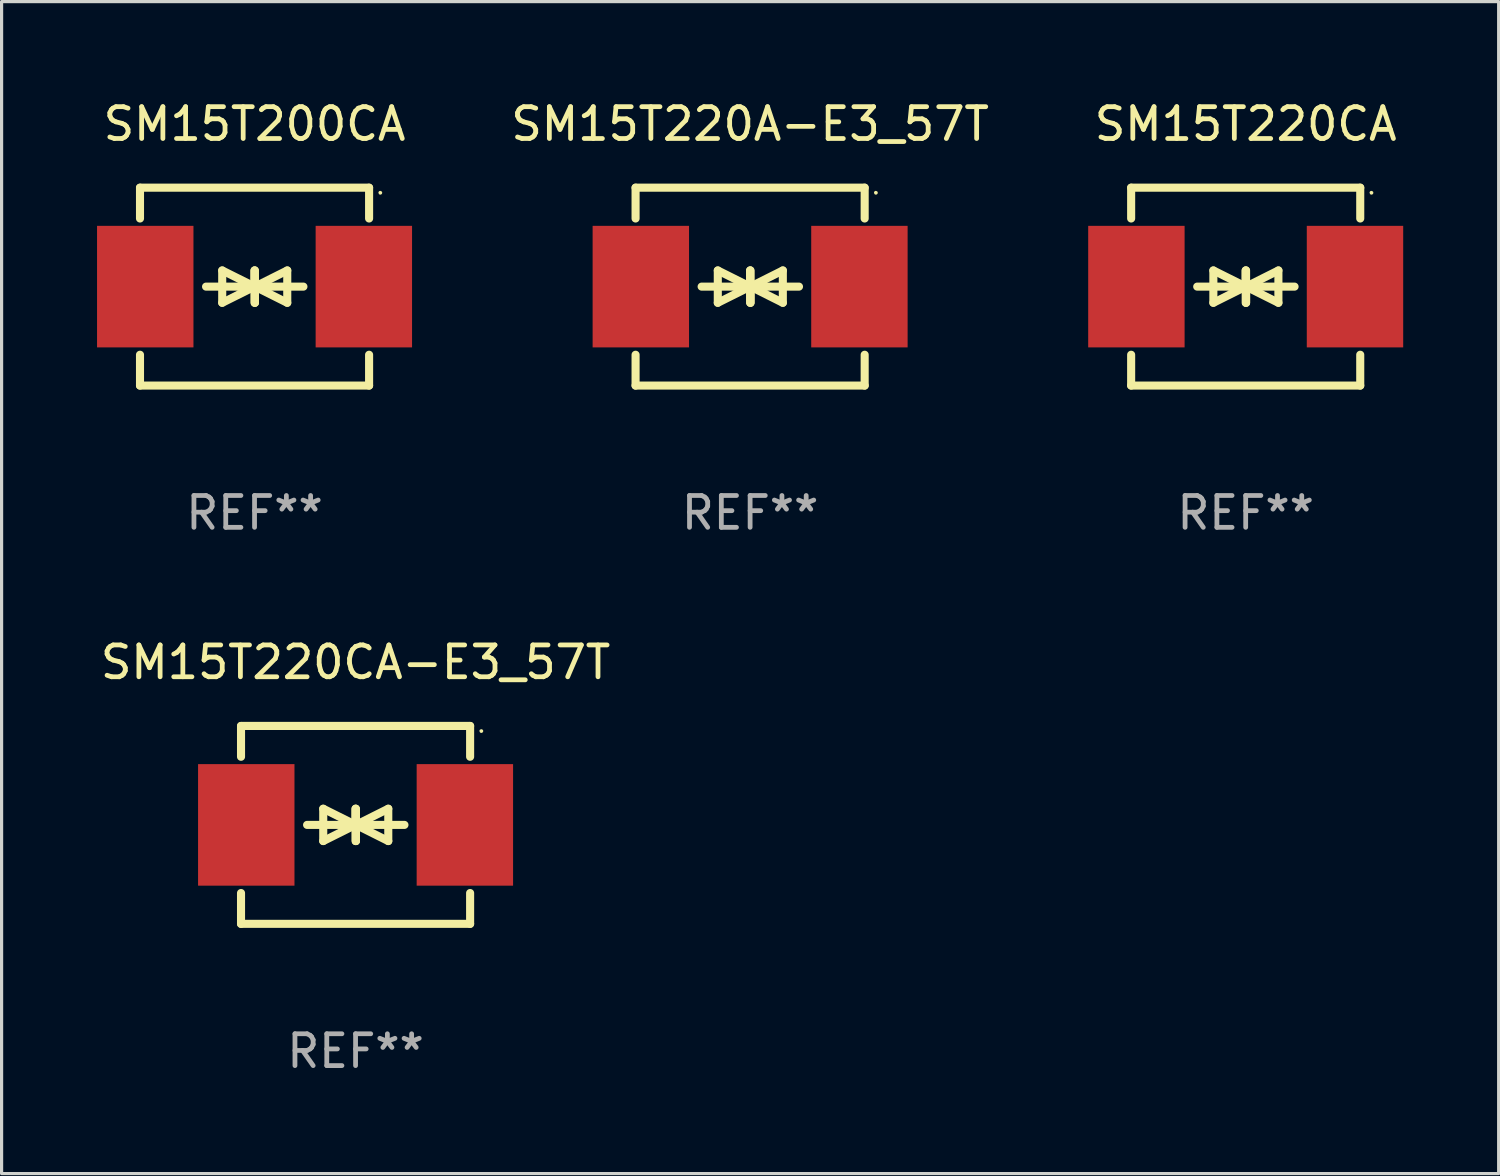
<source format=kicad_pcb>
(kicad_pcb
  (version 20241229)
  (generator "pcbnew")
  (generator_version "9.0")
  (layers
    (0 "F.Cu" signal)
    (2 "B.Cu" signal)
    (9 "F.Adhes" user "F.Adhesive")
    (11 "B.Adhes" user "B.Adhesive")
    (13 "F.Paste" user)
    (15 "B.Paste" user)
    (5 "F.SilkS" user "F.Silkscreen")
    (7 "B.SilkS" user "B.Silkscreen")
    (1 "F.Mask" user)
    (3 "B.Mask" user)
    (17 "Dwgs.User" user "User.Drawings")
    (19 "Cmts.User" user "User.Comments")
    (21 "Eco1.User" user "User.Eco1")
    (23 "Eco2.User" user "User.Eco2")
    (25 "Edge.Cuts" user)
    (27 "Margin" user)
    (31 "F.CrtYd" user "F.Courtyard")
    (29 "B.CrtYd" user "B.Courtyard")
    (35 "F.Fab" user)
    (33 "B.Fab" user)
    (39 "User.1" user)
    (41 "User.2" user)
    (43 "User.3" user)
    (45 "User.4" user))
  (footprint "SM15T220A-E3_57T"
    (layer "F.Cu")
    (at 20.525 5.958)
    (property "Reference" "SM15T220A-E3_57T" (at 0 -5.11 0) (layer "F.SilkS") (effects (font (size 1 1) (thickness 0.15))))
    (attr through_hole)
    (fp_line (start -3.6 -2.141) (end -3.6 -3.11) (stroke (width 0.254) (type solid)) (layer "F.SilkS"))
    (fp_line (start -3.6 3.11) (end -3.6 2.141) (stroke (width 0.254) (type solid)) (layer "F.SilkS"))
    (fp_line (start -1.524 0) (end 0.508 0) (stroke (width 0.254) (type solid)) (layer "F.SilkS"))
    (fp_line (start -1.016 -0.508) (end -1.016 0.508) (stroke (width 0.254) (type solid)) (layer "F.SilkS"))
    (fp_line (start -1.016 0.508) (end 0 0) (stroke (width 0.254) (type solid)) (layer "F.SilkS"))
    (fp_line (start 0 -0.508) (end 0 0.508) (stroke (width 0.254) (type solid)) (layer "F.SilkS"))
    (fp_line (start 0 0) (end -1.016 -0.508) (stroke (width 0.254) (type solid)) (layer "F.SilkS"))
    (fp_line (start 0 0) (end 0 -0.508) (stroke (width 0.254) (type solid)) (layer "F.SilkS"))
    (fp_line (start 0.012 0) (end 0.012 0.508) (stroke (width 0.254) (type solid)) (layer "F.SilkS"))
    (fp_line (start 0.012 0) (end 1.028 0.508) (stroke (width 0.254) (type solid)) (layer "F.SilkS"))
    (fp_line (start 0.012 0.508) (end 0.012 -0.508) (stroke (width 0.254) (type solid)) (layer "F.SilkS"))
    (fp_line (start 1.028 -0.508) (end 0.012 0) (stroke (width 0.254) (type solid)) (layer "F.SilkS"))
    (fp_line (start 1.028 0.508) (end 1.028 -0.508) (stroke (width 0.254) (type solid)) (layer "F.SilkS"))
    (fp_line (start 1.536 0) (end -0.496 0) (stroke (width 0.254) (type solid)) (layer "F.SilkS"))
    (fp_line (start 3.6 -3.11) (end -3.6 -3.11) (stroke (width 0.254) (type solid)) (layer "F.SilkS"))
    (fp_line (start 3.6 -2.141) (end 3.6 -3.11) (stroke (width 0.254) (type solid)) (layer "F.SilkS"))
    (fp_line (start 3.6 3.11) (end -3.6 3.11) (stroke (width 0.254) (type solid)) (layer "F.SilkS"))
    (fp_line (start 3.6 3.11) (end 3.6 2.141) (stroke (width 0.254) (type solid)) (layer "F.SilkS"))
    (fp_circle (center 3.952 -2.95) (end 3.982 -2.95) (stroke (width 0.06) (type solid)) (fill no) (layer "F.SilkS"))
    (fp_text user "REF**" (at 0 7.11 0) (layer "F.Fab") (effects (font (size 1 1) (thickness 0.15))))
    (pad "1" smd rect (at 3.435 0) (size 3.03 3.82) (layers "F.Cu" "F.Mask" "F.Paste"))
    (pad "2" smd rect (at -3.435 0) (size 3.03 3.82) (layers "F.Cu" "F.Mask" "F.Paste")))
  (footprint "SM15T200CA"
    (layer "F.Cu")
    (at 4.95 5.958)
    (property "Reference" "SM15T200CA" (at 0 -5.11 0) (layer "F.SilkS") (effects (font (size 1 1) (thickness 0.15))))
    (attr through_hole)
    (fp_line (start -3.6 -2.141) (end -3.6 -3.11) (stroke (width 0.254) (type solid)) (layer "F.SilkS"))
    (fp_line (start -3.6 3.11) (end -3.6 2.141) (stroke (width 0.254) (type solid)) (layer "F.SilkS"))
    (fp_line (start -1.524 0) (end 0.508 0) (stroke (width 0.254) (type solid)) (layer "F.SilkS"))
    (fp_line (start -1.016 -0.508) (end -1.016 0.508) (stroke (width 0.254) (type solid)) (layer "F.SilkS"))
    (fp_line (start -1.016 0.508) (end 0 0) (stroke (width 0.254) (type solid)) (layer "F.SilkS"))
    (fp_line (start 0 -0.508) (end 0 0.508) (stroke (width 0.254) (type solid)) (layer "F.SilkS"))
    (fp_line (start 0 0) (end -1.016 -0.508) (stroke (width 0.254) (type solid)) (layer "F.SilkS"))
    (fp_line (start 0 0) (end 0 -0.508) (stroke (width 0.254) (type solid)) (layer "F.SilkS"))
    (fp_line (start 0.012 0) (end 0.012 0.508) (stroke (width 0.254) (type solid)) (layer "F.SilkS"))
    (fp_line (start 0.012 0) (end 1.028 0.508) (stroke (width 0.254) (type solid)) (layer "F.SilkS"))
    (fp_line (start 0.012 0.508) (end 0.012 -0.508) (stroke (width 0.254) (type solid)) (layer "F.SilkS"))
    (fp_line (start 1.028 -0.508) (end 0.012 0) (stroke (width 0.254) (type solid)) (layer "F.SilkS"))
    (fp_line (start 1.028 0.508) (end 1.028 -0.508) (stroke (width 0.254) (type solid)) (layer "F.SilkS"))
    (fp_line (start 1.536 0) (end -0.496 0) (stroke (width 0.254) (type solid)) (layer "F.SilkS"))
    (fp_line (start 3.6 -3.11) (end -3.6 -3.11) (stroke (width 0.254) (type solid)) (layer "F.SilkS"))
    (fp_line (start 3.6 -2.141) (end 3.6 -3.11) (stroke (width 0.254) (type solid)) (layer "F.SilkS"))
    (fp_line (start 3.6 3.11) (end -3.6 3.11) (stroke (width 0.254) (type solid)) (layer "F.SilkS"))
    (fp_line (start 3.6 3.11) (end 3.6 2.141) (stroke (width 0.254) (type solid)) (layer "F.SilkS"))
    (fp_circle (center 3.952 -2.95) (end 3.982 -2.95) (stroke (width 0.06) (type solid)) (fill no) (layer "F.SilkS"))
    (fp_text user "REF**" (at 0 7.11 0) (layer "F.Fab") (effects (font (size 1 1) (thickness 0.15))))
    (pad "1" smd rect (at 3.435 0) (size 3.03 3.82) (layers "F.Cu" "F.Mask" "F.Paste"))
    (pad "2" smd rect (at -3.435 0) (size 3.03 3.82) (layers "F.Cu" "F.Mask" "F.Paste")))
  (footprint "SM15T220CA-E3_57T"
    (layer "F.Cu")
    (at 8.125 22.875)
    (property "Reference" "SM15T220CA-E3_57T" (at 0 -5.11 0) (layer "F.SilkS") (effects (font (size 1 1) (thickness 0.15))))
    (attr through_hole)
    (fp_line (start -3.6 -2.141) (end -3.6 -3.11) (stroke (width 0.254) (type solid)) (layer "F.SilkS"))
    (fp_line (start -3.6 3.11) (end -3.6 2.141) (stroke (width 0.254) (type solid)) (layer "F.SilkS"))
    (fp_line (start -1.524 0) (end 0.508 0) (stroke (width 0.254) (type solid)) (layer "F.SilkS"))
    (fp_line (start -1.016 -0.508) (end -1.016 0.508) (stroke (width 0.254) (type solid)) (layer "F.SilkS"))
    (fp_line (start -1.016 0.508) (end 0 0) (stroke (width 0.254) (type solid)) (layer "F.SilkS"))
    (fp_line (start 0 -0.508) (end 0 0.508) (stroke (width 0.254) (type solid)) (layer "F.SilkS"))
    (fp_line (start 0 0) (end -1.016 -0.508) (stroke (width 0.254) (type solid)) (layer "F.SilkS"))
    (fp_line (start 0 0) (end 0 -0.508) (stroke (width 0.254) (type solid)) (layer "F.SilkS"))
    (fp_line (start 0.012 0) (end 0.012 0.508) (stroke (width 0.254) (type solid)) (layer "F.SilkS"))
    (fp_line (start 0.012 0) (end 1.028 0.508) (stroke (width 0.254) (type solid)) (layer "F.SilkS"))
    (fp_line (start 0.012 0.508) (end 0.012 -0.508) (stroke (width 0.254) (type solid)) (layer "F.SilkS"))
    (fp_line (start 1.028 -0.508) (end 0.012 0) (stroke (width 0.254) (type solid)) (layer "F.SilkS"))
    (fp_line (start 1.028 0.508) (end 1.028 -0.508) (stroke (width 0.254) (type solid)) (layer "F.SilkS"))
    (fp_line (start 1.536 0) (end -0.496 0) (stroke (width 0.254) (type solid)) (layer "F.SilkS"))
    (fp_line (start 3.6 -3.11) (end -3.6 -3.11) (stroke (width 0.254) (type solid)) (layer "F.SilkS"))
    (fp_line (start 3.6 -2.141) (end 3.6 -3.11) (stroke (width 0.254) (type solid)) (layer "F.SilkS"))
    (fp_line (start 3.6 3.11) (end -3.6 3.11) (stroke (width 0.254) (type solid)) (layer "F.SilkS"))
    (fp_line (start 3.6 3.11) (end 3.6 2.141) (stroke (width 0.254) (type solid)) (layer "F.SilkS"))
    (fp_circle (center 3.952 -2.95) (end 3.982 -2.95) (stroke (width 0.06) (type solid)) (fill no) (layer "F.SilkS"))
    (fp_text user "REF**" (at 0 7.11 0) (layer "F.Fab") (effects (font (size 1 1) (thickness 0.15))))
    (pad "1" smd rect (at 3.435 0) (size 3.03 3.82) (layers "F.Cu" "F.Mask" "F.Paste"))
    (pad "2" smd rect (at -3.435 0) (size 3.03 3.82) (layers "F.Cu" "F.Mask" "F.Paste")))
  (footprint "SM15T220CA"
    (layer "F.Cu")
    (at 36.1 5.958)
    (property "Reference" "SM15T220CA" (at 0 -5.11 0) (layer "F.SilkS") (effects (font (size 1 1) (thickness 0.15))))
    (attr through_hole)
    (fp_line (start -3.6 -2.141) (end -3.6 -3.11) (stroke (width 0.254) (type solid)) (layer "F.SilkS"))
    (fp_line (start -3.6 3.11) (end -3.6 2.141) (stroke (width 0.254) (type solid)) (layer "F.SilkS"))
    (fp_line (start -1.524 0) (end 0.508 0) (stroke (width 0.254) (type solid)) (layer "F.SilkS"))
    (fp_line (start -1.016 -0.508) (end -1.016 0.508) (stroke (width 0.254) (type solid)) (layer "F.SilkS"))
    (fp_line (start -1.016 0.508) (end 0 0) (stroke (width 0.254) (type solid)) (layer "F.SilkS"))
    (fp_line (start 0 -0.508) (end 0 0.508) (stroke (width 0.254) (type solid)) (layer "F.SilkS"))
    (fp_line (start 0 0) (end -1.016 -0.508) (stroke (width 0.254) (type solid)) (layer "F.SilkS"))
    (fp_line (start 0 0) (end 0 -0.508) (stroke (width 0.254) (type solid)) (layer "F.SilkS"))
    (fp_line (start 0.012 0) (end 0.012 0.508) (stroke (width 0.254) (type solid)) (layer "F.SilkS"))
    (fp_line (start 0.012 0) (end 1.028 0.508) (stroke (width 0.254) (type solid)) (layer "F.SilkS"))
    (fp_line (start 0.012 0.508) (end 0.012 -0.508) (stroke (width 0.254) (type solid)) (layer "F.SilkS"))
    (fp_line (start 1.028 -0.508) (end 0.012 0) (stroke (width 0.254) (type solid)) (layer "F.SilkS"))
    (fp_line (start 1.028 0.508) (end 1.028 -0.508) (stroke (width 0.254) (type solid)) (layer "F.SilkS"))
    (fp_line (start 1.536 0) (end -0.496 0) (stroke (width 0.254) (type solid)) (layer "F.SilkS"))
    (fp_line (start 3.6 -3.11) (end -3.6 -3.11) (stroke (width 0.254) (type solid)) (layer "F.SilkS"))
    (fp_line (start 3.6 -2.141) (end 3.6 -3.11) (stroke (width 0.254) (type solid)) (layer "F.SilkS"))
    (fp_line (start 3.6 3.11) (end -3.6 3.11) (stroke (width 0.254) (type solid)) (layer "F.SilkS"))
    (fp_line (start 3.6 3.11) (end 3.6 2.141) (stroke (width 0.254) (type solid)) (layer "F.SilkS"))
    (fp_circle (center 3.952 -2.95) (end 3.982 -2.95) (stroke (width 0.06) (type solid)) (fill no) (layer "F.SilkS"))
    (fp_text user "REF**" (at 0 7.11 0) (layer "F.Fab") (effects (font (size 1 1) (thickness 0.15))))
    (pad "1" smd rect (at 3.435 0) (size 3.03 3.82) (layers "F.Cu" "F.Mask" "F.Paste"))
    (pad "2" smd rect (at -3.435 0) (size 3.03 3.82) (layers "F.Cu" "F.Mask" "F.Paste")))
  (gr_rect
    (start -3 -3)
    (end 44.05 33.833)
    (stroke (width 0.1) (type default))
    (fill no)
    (layer "Edge.Cuts")))
</source>
